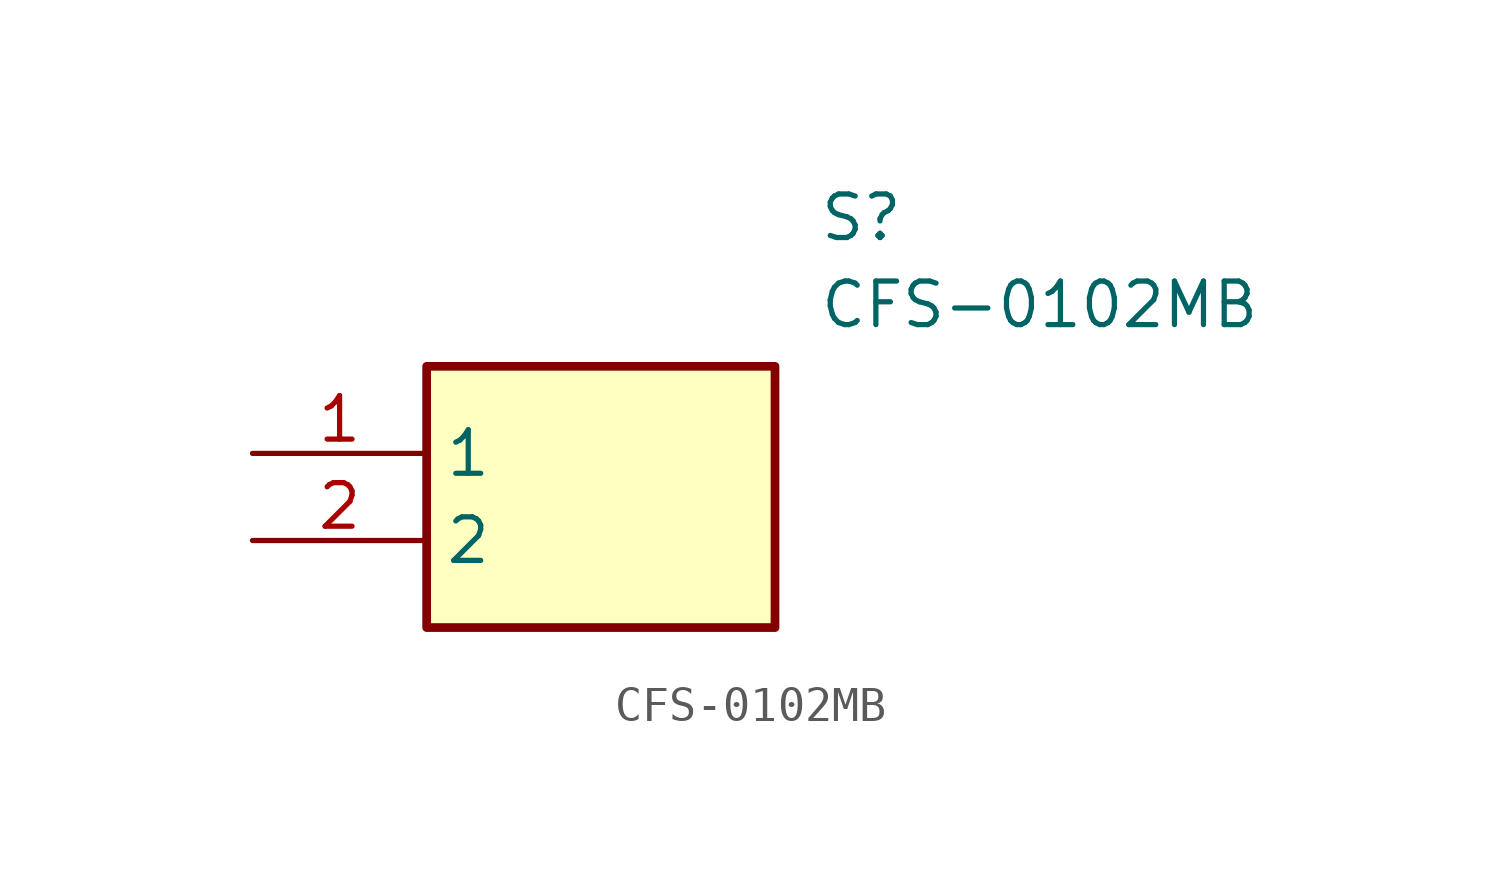
<source format=kicad_sym>
(kicad_symbol_lib
  (version 20211014)
  (generator SamacSys_ECAD_Model)
  (symbol "CFS-0102MB"
    (property "Reference" "S"
      (at 16.51 7.62 0)
      (effects (font (size 1.27 1.27)) (justify left top)))
    (property "Value" "CFS-0102MB"
      (at 16.51 5.08 0)
      (effects (font (size 1.27 1.27)) (justify left top)))
    (rectangle
      (start 5.08 2.54)
      (end 15.24 -5.08)
      (stroke (width 0.254) (type default))
      (fill (type background)))
    (pin passive line
      (at 0 0 0)
      (length 5.08)
      (name "1" (effects (font (size 1.27 1.27))))
      (number "1" (effects (font (size 1.27 1.27)))))
    (pin passive line
      (at 0 -2.54 0)
      (length 5.08)
      (name "2" (effects (font (size 1.27 1.27))))
      (number "2" (effects (font (size 1.27 1.27)))))))
</source>
